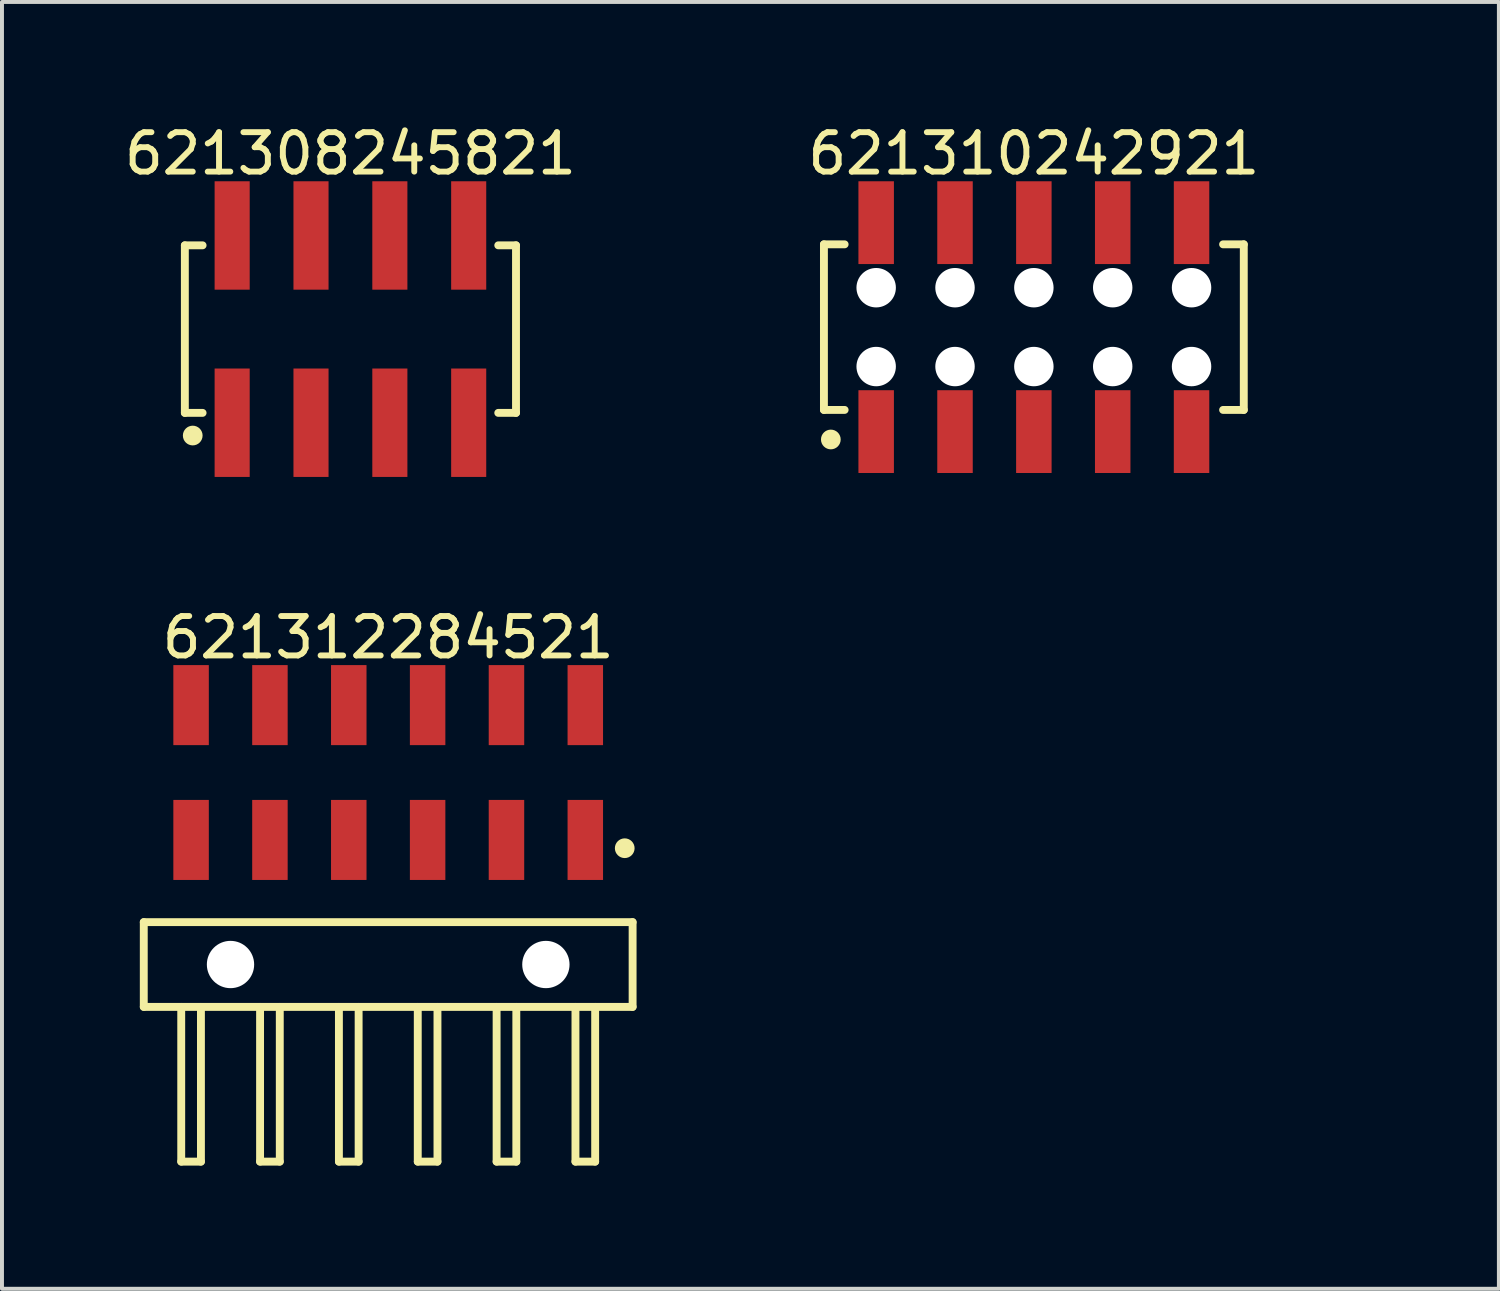
<source format=kicad_pcb>
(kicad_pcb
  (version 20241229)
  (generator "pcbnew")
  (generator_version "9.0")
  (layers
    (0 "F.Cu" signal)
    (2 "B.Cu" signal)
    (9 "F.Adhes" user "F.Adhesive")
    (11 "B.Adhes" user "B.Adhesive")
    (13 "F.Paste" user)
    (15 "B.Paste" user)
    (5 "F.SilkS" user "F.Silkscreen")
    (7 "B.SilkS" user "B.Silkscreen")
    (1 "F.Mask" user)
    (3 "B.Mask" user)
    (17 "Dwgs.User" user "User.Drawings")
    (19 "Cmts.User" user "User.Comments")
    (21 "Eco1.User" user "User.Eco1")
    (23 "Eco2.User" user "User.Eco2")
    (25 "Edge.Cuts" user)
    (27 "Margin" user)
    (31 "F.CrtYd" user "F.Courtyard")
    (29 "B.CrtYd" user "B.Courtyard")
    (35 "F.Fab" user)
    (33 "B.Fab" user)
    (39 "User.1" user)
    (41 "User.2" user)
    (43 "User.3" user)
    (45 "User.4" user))
  (footprint "621310242921"
    (layer "F.Cu")
    (at 23.175 5.248)
    (property "Reference" "621310242921" (at 0 -4.4 0) (layer "F.SilkS") (effects (font (size 1 1) (thickness 0.15))))
    (fp_line (start -5.325 -2.1) (end -4.8 -2.1) (stroke (width 0.2) (type solid)) (layer "F.SilkS"))
    (fp_line (start -5.325 2.1) (end -5.325 -2.1) (stroke (width 0.2) (type solid)) (layer "F.SilkS"))
    (fp_line (start -5.325 2.1) (end -4.8 2.1) (stroke (width 0.2) (type solid)) (layer "F.SilkS"))
    (fp_line (start 4.8 -2.1) (end 5.325 -2.1) (stroke (width 0.2) (type solid)) (layer "F.SilkS"))
    (fp_line (start 4.8 2.1) (end 5.325 2.1) (stroke (width 0.2) (type solid)) (layer "F.SilkS"))
    (fp_line (start 5.325 2.1) (end 5.325 -2.1) (stroke (width 0.2) (type solid)) (layer "F.SilkS"))
    (fp_circle (center -5.15 2.85) (end -5.15 2.725) (stroke (width 0.25) (type solid)) (fill no) (layer "F.SilkS"))
    (fp_line (start -5.525 -3.9) (end 5.525 -3.9) (stroke (width 0.05) (type solid)) (layer "Eco2.User"))
    (fp_line (start -5.525 3.9) (end -5.525 -3.9) (stroke (width 0.05) (type solid)) (layer "Eco2.User"))
    (fp_line (start -5.525 3.9) (end 5.525 3.9) (stroke (width 0.05) (type solid)) (layer "Eco2.User"))
    (fp_line (start -5.2 -2) (end 5.2 -2) (stroke (width 0.1) (type solid)) (layer "Eco2.User"))
    (fp_line (start -5.2 2) (end -5.2 -2) (stroke (width 0.1) (type solid)) (layer "Eco2.User"))
    (fp_line (start -5.2 2) (end 5.2 2) (stroke (width 0.1) (type solid)) (layer "Eco2.User"))
    (fp_line (start -4.25 -3.1) (end -3.75 -3.1) (stroke (width 0.1) (type solid)) (layer "Eco2.User"))
    (fp_line (start -4.25 -2) (end -4.25 -3.1) (stroke (width 0.1) (type solid)) (layer "Eco2.User"))
    (fp_line (start -4.25 3.1) (end -4.25 2) (stroke (width 0.1) (type solid)) (layer "Eco2.User"))
    (fp_line (start -4.25 3.1) (end -3.75 3.1) (stroke (width 0.1) (type solid)) (layer "Eco2.User"))
    (fp_line (start -3.75 -2) (end -3.75 -3.1) (stroke (width 0.1) (type solid)) (layer "Eco2.User"))
    (fp_line (start -3.75 3.1) (end -3.75 2) (stroke (width 0.1) (type solid)) (layer "Eco2.User"))
    (fp_line (start -2.25 -3.1) (end -1.75 -3.1) (stroke (width 0.1) (type solid)) (layer "Eco2.User"))
    (fp_line (start -2.25 -2) (end -2.25 -3.1) (stroke (width 0.1) (type solid)) (layer "Eco2.User"))
    (fp_line (start -2.25 3.1) (end -2.25 2) (stroke (width 0.1) (type solid)) (layer "Eco2.User"))
    (fp_line (start -2.25 3.1) (end -1.75 3.1) (stroke (width 0.1) (type solid)) (layer "Eco2.User"))
    (fp_line (start -1.75 -2) (end -1.75 -3.1) (stroke (width 0.1) (type solid)) (layer "Eco2.User"))
    (fp_line (start -1.75 3.1) (end -1.75 2) (stroke (width 0.1) (type solid)) (layer "Eco2.User"))
    (fp_line (start -0.5 0) (end 0.5 0) (stroke (width 0.05) (type solid)) (layer "Eco2.User"))
    (fp_line (start -0.25 -3.1) (end 0.25 -3.1) (stroke (width 0.1) (type solid)) (layer "Eco2.User"))
    (fp_line (start -0.25 -2) (end -0.25 -3.1) (stroke (width 0.1) (type solid)) (layer "Eco2.User"))
    (fp_line (start -0.25 3.1) (end -0.25 2) (stroke (width 0.1) (type solid)) (layer "Eco2.User"))
    (fp_line (start -0.25 3.1) (end 0.25 3.1) (stroke (width 0.1) (type solid)) (layer "Eco2.User"))
    (fp_line (start 0 0.5) (end 0 -0.5) (stroke (width 0.05) (type solid)) (layer "Eco2.User"))
    (fp_line (start 0.25 -2) (end 0.25 -3.1) (stroke (width 0.1) (type solid)) (layer "Eco2.User"))
    (fp_line (start 0.25 3.1) (end 0.25 2) (stroke (width 0.1) (type solid)) (layer "Eco2.User"))
    (fp_line (start 1.75 -3.1) (end 2.25 -3.1) (stroke (width 0.1) (type solid)) (layer "Eco2.User"))
    (fp_line (start 1.75 -2) (end 1.75 -3.1) (stroke (width 0.1) (type solid)) (layer "Eco2.User"))
    (fp_line (start 1.75 3.1) (end 1.75 2) (stroke (width 0.1) (type solid)) (layer "Eco2.User"))
    (fp_line (start 1.75 3.1) (end 2.25 3.1) (stroke (width 0.1) (type solid)) (layer "Eco2.User"))
    (fp_line (start 2.25 -2) (end 2.25 -3.1) (stroke (width 0.1) (type solid)) (layer "Eco2.User"))
    (fp_line (start 2.25 3.1) (end 2.25 2) (stroke (width 0.1) (type solid)) (layer "Eco2.User"))
    (fp_line (start 3.75 -3.1) (end 4.25 -3.1) (stroke (width 0.1) (type solid)) (layer "Eco2.User"))
    (fp_line (start 3.75 -2) (end 3.75 -3.1) (stroke (width 0.1) (type solid)) (layer "Eco2.User"))
    (fp_line (start 3.75 3.1) (end 3.75 2) (stroke (width 0.1) (type solid)) (layer "Eco2.User"))
    (fp_line (start 3.75 3.1) (end 4.25 3.1) (stroke (width 0.1) (type solid)) (layer "Eco2.User"))
    (fp_line (start 4.25 -2) (end 4.25 -3.1) (stroke (width 0.1) (type solid)) (layer "Eco2.User"))
    (fp_line (start 4.25 3.1) (end 4.25 2) (stroke (width 0.1) (type solid)) (layer "Eco2.User"))
    (fp_line (start 5.2 2) (end 5.2 -2) (stroke (width 0.1) (type solid)) (layer "Eco2.User"))
    (fp_line (start 5.525 3.9) (end 5.525 -3.9) (stroke (width 0.05) (type solid)) (layer "Eco2.User"))
    (fp_text user "${REFERENCE}" (at 0.15 -0.197 0) (unlocked yes) (layer "User.3") (effects (font (size 1.5 1.5) (thickness 0.15))))
    (pad "" np_thru_hole circle (at -4 -1) (size 1 1) (drill 1) (layers "*.Cu" "*.Mask"))
    (pad "" np_thru_hole circle (at -4 1) (size 1 1) (drill 1) (layers "*.Cu" "*.Mask"))
    (pad "" np_thru_hole circle (at -2 -1) (size 1 1) (drill 1) (layers "*.Cu" "*.Mask"))
    (pad "" np_thru_hole circle (at -2 1) (size 1 1) (drill 1) (layers "*.Cu" "*.Mask"))
    (pad "" np_thru_hole circle (at 0 -1) (size 1 1) (drill 1) (layers "*.Cu" "*.Mask"))
    (pad "" np_thru_hole circle (at 0 1) (size 1 1) (drill 1) (layers "*.Cu" "*.Mask"))
    (pad "" np_thru_hole circle (at 2 -1) (size 1 1) (drill 1) (layers "*.Cu" "*.Mask"))
    (pad "" np_thru_hole circle (at 2 1) (size 1 1) (drill 1) (layers "*.Cu" "*.Mask"))
    (pad "" np_thru_hole circle (at 4 -1) (size 1 1) (drill 1) (layers "*.Cu" "*.Mask"))
    (pad "" np_thru_hole circle (at 4 1) (size 1 1) (drill 1) (layers "*.Cu" "*.Mask"))
    (pad "1" smd rect (at -4 2.65) (size 0.9 2.1) (layers "F.Cu" "F.Mask" "F.Paste"))
    (pad "2" smd rect (at -4 -2.65) (size 0.9 2.1) (layers "F.Cu" "F.Mask" "F.Paste"))
    (pad "3" smd rect (at -2 2.65) (size 0.9 2.1) (layers "F.Cu" "F.Mask" "F.Paste"))
    (pad "4" smd rect (at -2 -2.65) (size 0.9 2.1) (layers "F.Cu" "F.Mask" "F.Paste"))
    (pad "5" smd rect (at 0.00001 2.65) (size 0.9 2.1) (layers "F.Cu" "F.Mask" "F.Paste"))
    (pad "6" smd rect (at 0 -2.65) (size 0.9 2.1) (layers "F.Cu" "F.Mask" "F.Paste"))
    (pad "7" smd rect (at 2 2.65) (size 0.9 2.1) (layers "F.Cu" "F.Mask" "F.Paste"))
    (pad "8" smd rect (at 2 -2.65) (size 0.9 2.1) (layers "F.Cu" "F.Mask" "F.Paste"))
    (pad "9" smd rect (at 4 2.65) (size 0.9 2.1) (layers "F.Cu" "F.Mask" "F.Paste"))
    (pad "10" smd rect (at 4 -2.65) (size 0.9 2.1) (layers "F.Cu" "F.Mask" "F.Paste")))
  (footprint "621308245821"
    (layer "F.Cu")
    (at 5.839 5.298)
    (property "Reference" "621308245821" (at 0 -4.45 0) (layer "F.SilkS") (effects (font (size 1 1) (thickness 0.15))))
    (fp_line (start -4.2 -2.125) (end -3.75 -2.125) (stroke (width 0.2) (type solid)) (layer "F.SilkS"))
    (fp_line (start -4.2 2.125) (end -4.2 -2.125) (stroke (width 0.2) (type solid)) (layer "F.SilkS"))
    (fp_line (start -4.2 2.125) (end -3.75 2.125) (stroke (width 0.2) (type solid)) (layer "F.SilkS"))
    (fp_line (start 3.75 -2.125) (end 4.2 -2.125) (stroke (width 0.2) (type solid)) (layer "F.SilkS"))
    (fp_line (start 3.75 2.125) (end 4.2 2.125) (stroke (width 0.2) (type solid)) (layer "F.SilkS"))
    (fp_line (start 4.2 2.125) (end 4.2 -2.125) (stroke (width 0.2) (type solid)) (layer "F.SilkS"))
    (fp_circle (center -4 2.7) (end -4 2.575) (stroke (width 0.25) (type solid)) (fill no) (layer "F.SilkS"))
    (fp_line (start -4.4 -3.95) (end 4.4 -3.95) (stroke (width 0.05) (type solid)) (layer "Eco2.User"))
    (fp_line (start -4.4 3.95) (end -4.4 -3.95) (stroke (width 0.05) (type solid)) (layer "Eco2.User"))
    (fp_line (start -4.4 3.95) (end 4.4 3.95) (stroke (width 0.05) (type solid)) (layer "Eco2.User"))
    (fp_line (start -4 -2) (end 4 -2) (stroke (width 0.1) (type solid)) (layer "Eco2.User"))
    (fp_line (start -4 2) (end -4 -2) (stroke (width 0.1) (type solid)) (layer "Eco2.User"))
    (fp_line (start -4 2) (end 4 2) (stroke (width 0.1) (type solid)) (layer "Eco2.User"))
    (fp_line (start -3.25 -3.1) (end -2.75 -3.1) (stroke (width 0.1) (type solid)) (layer "Eco2.User"))
    (fp_line (start -3.25 -2) (end -3.25 -3.1) (stroke (width 0.1) (type solid)) (layer "Eco2.User"))
    (fp_line (start -3.25 3.1) (end -3.25 2) (stroke (width 0.1) (type solid)) (layer "Eco2.User"))
    (fp_line (start -3.25 3.1) (end -2.75 3.1) (stroke (width 0.1) (type solid)) (layer "Eco2.User"))
    (fp_line (start -2.75 -2) (end -2.75 -3.1) (stroke (width 0.1) (type solid)) (layer "Eco2.User"))
    (fp_line (start -2.75 3.1) (end -2.75 2) (stroke (width 0.1) (type solid)) (layer "Eco2.User"))
    (fp_line (start -1.25 -3.1) (end -0.75 -3.1) (stroke (width 0.1) (type solid)) (layer "Eco2.User"))
    (fp_line (start -1.25 -2) (end -1.25 -3.1) (stroke (width 0.1) (type solid)) (layer "Eco2.User"))
    (fp_line (start -1.25 3.1) (end -1.25 2) (stroke (width 0.1) (type solid)) (layer "Eco2.User"))
    (fp_line (start -1.25 3.1) (end -0.75 3.1) (stroke (width 0.1) (type solid)) (layer "Eco2.User"))
    (fp_line (start -0.75 -2) (end -0.75 -3.1) (stroke (width 0.1) (type solid)) (layer "Eco2.User"))
    (fp_line (start -0.75 3.1) (end -0.75 2) (stroke (width 0.1) (type solid)) (layer "Eco2.User"))
    (fp_line (start 0.75 -3.1) (end 1.25 -3.1) (stroke (width 0.1) (type solid)) (layer "Eco2.User"))
    (fp_line (start 0.75 -2) (end 0.75 -3.1) (stroke (width 0.1) (type solid)) (layer "Eco2.User"))
    (fp_line (start 0.75 3.1) (end 0.75 2) (stroke (width 0.1) (type solid)) (layer "Eco2.User"))
    (fp_line (start 0.75 3.1) (end 1.25 3.1) (stroke (width 0.1) (type solid)) (layer "Eco2.User"))
    (fp_line (start 1.25 -2) (end 1.25 -3.1) (stroke (width 0.1) (type solid)) (layer "Eco2.User"))
    (fp_line (start 1.25 3.1) (end 1.25 2) (stroke (width 0.1) (type solid)) (layer "Eco2.User"))
    (fp_line (start 2.75 -3.1) (end 3.25 -3.1) (stroke (width 0.1) (type solid)) (layer "Eco2.User"))
    (fp_line (start 2.75 -2) (end 2.75 -3.1) (stroke (width 0.1) (type solid)) (layer "Eco2.User"))
    (fp_line (start 2.75 3.1) (end 2.75 2) (stroke (width 0.1) (type solid)) (layer "Eco2.User"))
    (fp_line (start 2.75 3.1) (end 3.25 3.1) (stroke (width 0.1) (type solid)) (layer "Eco2.User"))
    (fp_line (start 3.25 -2) (end 3.25 -3.1) (stroke (width 0.1) (type solid)) (layer "Eco2.User"))
    (fp_line (start 3.25 3.1) (end 3.25 2) (stroke (width 0.1) (type solid)) (layer "Eco2.User"))
    (fp_line (start 4 2) (end 4 -2) (stroke (width 0.1) (type solid)) (layer "Eco2.User"))
    (fp_line (start 4.4 3.95) (end 4.4 -3.95) (stroke (width 0.05) (type solid)) (layer "Eco2.User"))
    (pad "1" smd rect (at -3 2.375) (size 0.89 2.75) (layers "F.Cu" "F.Mask" "F.Paste"))
    (pad "2" smd rect (at -3 -2.375) (size 0.89 2.75) (layers "F.Cu" "F.Mask" "F.Paste"))
    (pad "3" smd rect (at -1 2.375) (size 0.89 2.75) (layers "F.Cu" "F.Mask" "F.Paste"))
    (pad "4" smd rect (at -1 -2.375) (size 0.89 2.75) (layers "F.Cu" "F.Mask" "F.Paste"))
    (pad "5" smd rect (at 1 2.375) (size 0.89 2.75) (layers "F.Cu" "F.Mask" "F.Paste"))
    (pad "6" smd rect (at 1 -2.375) (size 0.89 2.75) (layers "F.Cu" "F.Mask" "F.Paste"))
    (pad "7" smd rect (at 3 2.375) (size 0.89 2.75) (layers "F.Cu" "F.Mask" "F.Paste"))
    (pad "8" smd rect (at 3 -2.375) (size 0.89 2.75) (layers "F.Cu" "F.Mask" "F.Paste")))
  (footprint "621312284521"
    (layer "F.Cu")
    (at 6.797 21.416)
    (property "Reference" "621312284521" (at 0 -8.295 0) (layer "F.SilkS") (effects (font (size 1 1) (thickness 0.15))))
    (fp_line (start -6.2 -1.075) (end 6.2 -1.075) (stroke (width 0.2) (type solid)) (layer "F.SilkS"))
    (fp_line (start -6.2 1.075) (end -6.2 -1.075) (stroke (width 0.2) (type solid)) (layer "F.SilkS"))
    (fp_line (start -6.2 1.075) (end 6.2 1.075) (stroke (width 0.2) (type solid)) (layer "F.SilkS"))
    (fp_line (start -5.25 5) (end -5.25 1.075) (stroke (width 0.2) (type solid)) (layer "F.SilkS"))
    (fp_line (start -5.25 5) (end -4.75 5) (stroke (width 0.2) (type solid)) (layer "F.SilkS"))
    (fp_line (start -4.75 5) (end -4.75 1.075) (stroke (width 0.2) (type solid)) (layer "F.SilkS"))
    (fp_line (start -3.25 5) (end -3.25 1.075) (stroke (width 0.2) (type solid)) (layer "F.SilkS"))
    (fp_line (start -3.25 5) (end -2.75 5) (stroke (width 0.2) (type solid)) (layer "F.SilkS"))
    (fp_line (start -2.75 5) (end -2.75 1.075) (stroke (width 0.2) (type solid)) (layer "F.SilkS"))
    (fp_line (start -1.25 5) (end -1.25 1.075) (stroke (width 0.2) (type solid)) (layer "F.SilkS"))
    (fp_line (start -1.25 5) (end -0.75 5) (stroke (width 0.2) (type solid)) (layer "F.SilkS"))
    (fp_line (start -0.75 5) (end -0.75 1.075) (stroke (width 0.2) (type solid)) (layer "F.SilkS"))
    (fp_line (start 0.75 5) (end 0.75 1.075) (stroke (width 0.2) (type solid)) (layer "F.SilkS"))
    (fp_line (start 0.75 5) (end 1.25 5) (stroke (width 0.2) (type solid)) (layer "F.SilkS"))
    (fp_line (start 1.25 5) (end 1.25 1.075) (stroke (width 0.2) (type solid)) (layer "F.SilkS"))
    (fp_line (start 2.75 5) (end 2.75 1.075) (stroke (width 0.2) (type solid)) (layer "F.SilkS"))
    (fp_line (start 2.75 5) (end 3.25 5) (stroke (width 0.2) (type solid)) (layer "F.SilkS"))
    (fp_line (start 3.25 5) (end 3.25 1.075) (stroke (width 0.2) (type solid)) (layer "F.SilkS"))
    (fp_line (start 4.75 5) (end 4.75 1.075) (stroke (width 0.2) (type solid)) (layer "F.SilkS"))
    (fp_line (start 4.75 5) (end 5.25 5) (stroke (width 0.2) (type solid)) (layer "F.SilkS"))
    (fp_line (start 5.25 5) (end 5.25 1.075) (stroke (width 0.2) (type solid)) (layer "F.SilkS"))
    (fp_line (start 6.2 1.075) (end 6.2 -1.075) (stroke (width 0.2) (type solid)) (layer "F.SilkS"))
    (fp_circle (center 6 -2.95) (end 6 -3.075) (stroke (width 0.25) (type solid)) (fill no) (layer "F.SilkS"))
    (fp_line (start -6.4 -7.795) (end 6.4 -7.795) (stroke (width 0.05) (type solid)) (layer "Eco2.User"))
    (fp_line (start -6.4 5.2) (end -6.4 -7.795) (stroke (width 0.05) (type solid)) (layer "Eco2.User"))
    (fp_line (start -6.4 5.2) (end 6.4 5.2) (stroke (width 0.05) (type solid)) (layer "Eco2.User"))
    (fp_line (start -6 -1) (end 6 -1) (stroke (width 0.1) (type solid)) (layer "Eco2.User"))
    (fp_line (start -6 1) (end -6 -1) (stroke (width 0.1) (type solid)) (layer "Eco2.User"))
    (fp_line (start -6 1) (end 6 1) (stroke (width 0.1) (type solid)) (layer "Eco2.User"))
    (fp_line (start -5.25 -7.22) (end -4.75 -7.22) (stroke (width 0.1) (type solid)) (layer "Eco2.User"))
    (fp_line (start -5.25 -3.8) (end -4.75 -3.8) (stroke (width 0.1) (type solid)) (layer "Eco2.User"))
    (fp_line (start -5.25 -1) (end -5.25 -7.22) (stroke (width 0.1) (type solid)) (layer "Eco2.User"))
    (fp_line (start -5.25 5) (end -5.25 1) (stroke (width 0.1) (type solid)) (layer "Eco2.User"))
    (fp_line (start -5.25 5) (end -4.75 5) (stroke (width 0.1) (type solid)) (layer "Eco2.User"))
    (fp_line (start -4.75 -1) (end -4.75 -7.22) (stroke (width 0.1) (type solid)) (layer "Eco2.User"))
    (fp_line (start -4.75 5) (end -4.75 1) (stroke (width 0.1) (type solid)) (layer "Eco2.User"))
    (fp_line (start -3.25 -7.22) (end -2.75 -7.22) (stroke (width 0.1) (type solid)) (layer "Eco2.User"))
    (fp_line (start -3.25 -3.8) (end -2.75 -3.8) (stroke (width 0.1) (type solid)) (layer "Eco2.User"))
    (fp_line (start -3.25 -1) (end -3.25 -7.22) (stroke (width 0.1) (type solid)) (layer "Eco2.User"))
    (fp_line (start -3.25 5) (end -3.25 1) (stroke (width 0.1) (type solid)) (layer "Eco2.User"))
    (fp_line (start -3.25 5) (end -2.75 5) (stroke (width 0.1) (type solid)) (layer "Eco2.User"))
    (fp_line (start -2.75 -1) (end -2.75 -7.22) (stroke (width 0.1) (type solid)) (layer "Eco2.User"))
    (fp_line (start -2.75 5) (end -2.75 1) (stroke (width 0.1) (type solid)) (layer "Eco2.User"))
    (fp_line (start -1.25 -7.22) (end -0.75 -7.22) (stroke (width 0.1) (type solid)) (layer "Eco2.User"))
    (fp_line (start -1.25 -3.8) (end -0.75 -3.8) (stroke (width 0.1) (type solid)) (layer "Eco2.User"))
    (fp_line (start -1.25 -1) (end -1.25 -7.22) (stroke (width 0.1) (type solid)) (layer "Eco2.User"))
    (fp_line (start -1.25 5) (end -1.25 1) (stroke (width 0.1) (type solid)) (layer "Eco2.User"))
    (fp_line (start -1.25 5) (end -0.75 5) (stroke (width 0.1) (type solid)) (layer "Eco2.User"))
    (fp_line (start -0.75 -1) (end -0.75 -7.22) (stroke (width 0.1) (type solid)) (layer "Eco2.User"))
    (fp_line (start -0.75 5) (end -0.75 1) (stroke (width 0.1) (type solid)) (layer "Eco2.User"))
    (fp_line (start -0.5 0) (end 0.5 0) (stroke (width 0.05) (type solid)) (layer "Eco2.User"))
    (fp_line (start 0 0.5) (end 0 -0.5) (stroke (width 0.05) (type solid)) (layer "Eco2.User"))
    (fp_line (start 0.75 -7.22) (end 1.25 -7.22) (stroke (width 0.1) (type solid)) (layer "Eco2.User"))
    (fp_line (start 0.75 -3.8) (end 1.25 -3.8) (stroke (width 0.1) (type solid)) (layer "Eco2.User"))
    (fp_line (start 0.75 -1) (end 0.75 -7.22) (stroke (width 0.1) (type solid)) (layer "Eco2.User"))
    (fp_line (start 0.75 5) (end 0.75 1) (stroke (width 0.1) (type solid)) (layer "Eco2.User"))
    (fp_line (start 0.75 5) (end 1.25 5) (stroke (width 0.1) (type solid)) (layer "Eco2.User"))
    (fp_line (start 1.25 -1) (end 1.25 -7.22) (stroke (width 0.1) (type solid)) (layer "Eco2.User"))
    (fp_line (start 1.25 5) (end 1.25 1) (stroke (width 0.1) (type solid)) (layer "Eco2.User"))
    (fp_line (start 2.75 -7.22) (end 3.25 -7.22) (stroke (width 0.1) (type solid)) (layer "Eco2.User"))
    (fp_line (start 2.75 -3.8) (end 3.25 -3.8) (stroke (width 0.1) (type solid)) (layer "Eco2.User"))
    (fp_line (start 2.75 -1) (end 2.75 -7.22) (stroke (width 0.1) (type solid)) (layer "Eco2.User"))
    (fp_line (start 2.75 5) (end 2.75 1) (stroke (width 0.1) (type solid)) (layer "Eco2.User"))
    (fp_line (start 2.75 5) (end 3.25 5) (stroke (width 0.1) (type solid)) (layer "Eco2.User"))
    (fp_line (start 3.25 -1) (end 3.25 -7.22) (stroke (width 0.1) (type solid)) (layer "Eco2.User"))
    (fp_line (start 3.25 5) (end 3.25 1) (stroke (width 0.1) (type solid)) (layer "Eco2.User"))
    (fp_line (start 4.75 5) (end 4.75 1) (stroke (width 0.1) (type solid)) (layer "Eco2.User"))
    (fp_line (start 4.75 5) (end 5.25 5) (stroke (width 0.1) (type solid)) (layer "Eco2.User"))
    (fp_line (start 4.75 -7.22) (end 5.25 -7.22) (stroke (width 0.1) (type solid)) (layer "Eco2.User"))
    (fp_line (start 4.75 -3.8) (end 5.25 -3.8) (stroke (width 0.1) (type solid)) (layer "Eco2.User"))
    (fp_line (start 4.75 -1) (end 4.75 -7.22) (stroke (width 0.1) (type solid)) (layer "Eco2.User"))
    (fp_line (start 5.25 5) (end 5.25 1) (stroke (width 0.1) (type solid)) (layer "Eco2.User"))
    (fp_line (start 5.25 -1) (end 5.25 -7.22) (stroke (width 0.1) (type solid)) (layer "Eco2.User"))
    (fp_line (start 6 1) (end 6 -1) (stroke (width 0.1) (type solid)) (layer "Eco2.User"))
    (fp_line (start 6.4 5.2) (end 6.4 -7.795) (stroke (width 0.05) (type solid)) (layer "Eco2.User"))
    (fp_text user "${REFERENCE}" (at 0.12 -0.158 0) (unlocked yes) (layer "User.3") (effects (font (size 1.2 1.2) (thickness 0.12))))
    (pad "" np_thru_hole circle (at -4 0 180) (size 1.2 1.2) (drill 1.2) (layers "*.Cu" "*.Mask"))
    (pad "" np_thru_hole circle (at 4 0) (size 1.2 1.2) (drill 1.2) (layers "*.Cu" "*.Mask"))
    (pad "1" smd rect (at 5 -3.16) (size 0.9 2.03) (layers "F.Cu" "F.Mask" "F.Paste"))
    (pad "2" smd rect (at 5 -6.58) (size 0.9 2.03) (layers "F.Cu" "F.Mask" "F.Paste"))
    (pad "3" smd rect (at 3 -3.16) (size 0.9 2.03) (layers "F.Cu" "F.Mask" "F.Paste"))
    (pad "4" smd rect (at 3 -6.58) (size 0.9 2.03) (layers "F.Cu" "F.Mask" "F.Paste"))
    (pad "5" smd rect (at 1 -3.16) (size 0.9 2.03) (layers "F.Cu" "F.Mask" "F.Paste"))
    (pad "6" smd rect (at 1 -6.58) (size 0.9 2.03) (layers "F.Cu" "F.Mask" "F.Paste"))
    (pad "7" smd rect (at -1 -3.16) (size 0.9 2.03) (layers "F.Cu" "F.Mask" "F.Paste"))
    (pad "8" smd rect (at -1 -6.58) (size 0.9 2.03) (layers "F.Cu" "F.Mask" "F.Paste"))
    (pad "9" smd rect (at -3 -3.16) (size 0.9 2.03) (layers "F.Cu" "F.Mask" "F.Paste"))
    (pad "10" smd rect (at -3 -6.58) (size 0.9 2.03) (layers "F.Cu" "F.Mask" "F.Paste"))
    (pad "11" smd rect (at -5 -3.16) (size 0.9 2.03) (layers "F.Cu" "F.Mask" "F.Paste"))
    (pad "12" smd rect (at -5 -6.58) (size 0.9 2.03) (layers "F.Cu" "F.Mask" "F.Paste")))
  (gr_rect
    (start -3 -3)
    (end 34.971 29.642)
    (stroke (width 0.1) (type default))
    (fill no)
    (layer "Edge.Cuts")))
</source>
